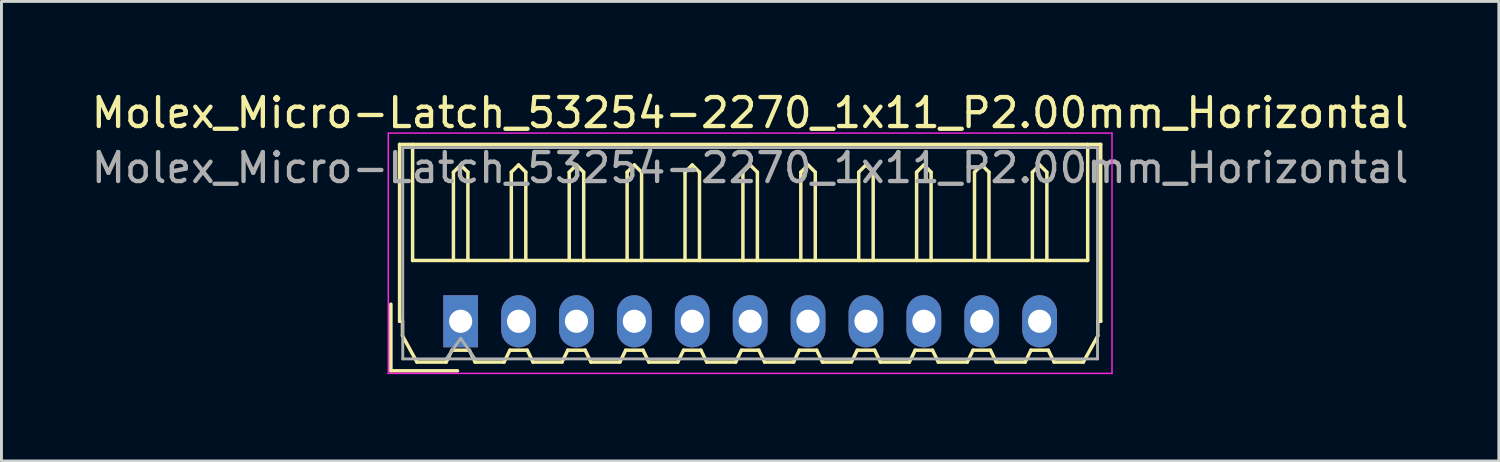
<source format=kicad_pcb>
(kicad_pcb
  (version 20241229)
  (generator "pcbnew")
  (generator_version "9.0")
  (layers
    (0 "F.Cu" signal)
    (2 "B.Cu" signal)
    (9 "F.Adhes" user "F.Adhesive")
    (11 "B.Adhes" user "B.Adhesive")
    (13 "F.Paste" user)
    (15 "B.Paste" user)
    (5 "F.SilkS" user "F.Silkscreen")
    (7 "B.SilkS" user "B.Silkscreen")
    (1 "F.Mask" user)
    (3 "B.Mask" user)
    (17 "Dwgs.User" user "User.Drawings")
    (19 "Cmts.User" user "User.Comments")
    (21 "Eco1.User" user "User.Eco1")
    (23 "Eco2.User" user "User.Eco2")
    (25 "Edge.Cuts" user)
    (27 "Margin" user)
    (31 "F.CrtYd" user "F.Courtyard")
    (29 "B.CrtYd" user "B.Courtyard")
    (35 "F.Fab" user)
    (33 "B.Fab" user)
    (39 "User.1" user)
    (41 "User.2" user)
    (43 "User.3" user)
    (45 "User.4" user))
  (footprint "Molex_Micro-Latch_53254-2270_1x11_P2.00mm_Horizontal"
    (layer "F.Cu")
    (at 12.863 8.048)
    (property "Reference" "Molex_Micro-Latch_53254-2270_1x11_P2.00mm_Horizontal" (at 10 -7.2 0) (layer "F.SilkS") (effects (font (size 1 1) (thickness 0.15))))
    (attr through_hole)
    (fp_line (start -2.41 1.71) (end -2.41 -0.59) (stroke (width 0.12) (type solid)) (layer "F.SilkS"))
    (fp_line (start -2.11 -6.11) (end 10 -6.11) (stroke (width 0.12) (type solid)) (layer "F.SilkS"))
    (fp_line (start -2.11 0) (end -2.11 -6.11) (stroke (width 0.12) (type solid)) (layer "F.SilkS"))
    (fp_line (start -2.01 0) (end -2.11 0) (stroke (width 0.12) (type solid)) (layer "F.SilkS"))
    (fp_line (start -2.01 0.5) (end -2.01 0) (stroke (width 0.12) (type solid)) (layer "F.SilkS"))
    (fp_line (start -1.66 -6.11) (end -1.66 -2.1) (stroke (width 0.12) (type solid)) (layer "F.SilkS"))
    (fp_line (start -1.66 -2.1) (end 21.66 -2.1) (stroke (width 0.12) (type solid)) (layer "F.SilkS"))
    (fp_line (start -1.51 1.41) (end -2.01 0.5) (stroke (width 0.12) (type solid)) (layer "F.SilkS"))
    (fp_line (start -0.5 1.41) (end -1.51 1.41) (stroke (width 0.12) (type solid)) (layer "F.SilkS"))
    (fp_line (start -0.3 1) (end -0.5 1.41) (stroke (width 0.12) (type solid)) (layer "F.SilkS"))
    (fp_line (start -0.3 1) (end 0.3 1) (stroke (width 0.12) (type solid)) (layer "F.SilkS"))
    (fp_line (start -0.25 -5.15) (end 0 -5.4) (stroke (width 0.12) (type solid)) (layer "F.SilkS"))
    (fp_line (start -0.25 -2.1) (end -0.25 -5.15) (stroke (width 0.12) (type solid)) (layer "F.SilkS"))
    (fp_line (start -0.11 1.71) (end -2.41 1.71) (stroke (width 0.12) (type solid)) (layer "F.SilkS"))
    (fp_line (start 0 -5.4) (end 0.25 -5.15) (stroke (width 0.12) (type solid)) (layer "F.SilkS"))
    (fp_line (start 0.25 -5.15) (end 0.25 -2.1) (stroke (width 0.12) (type solid)) (layer "F.SilkS"))
    (fp_line (start 0.3 1) (end 0.5 1.41) (stroke (width 0.12) (type solid)) (layer "F.SilkS"))
    (fp_line (start 0.5 1.41) (end 1.5 1.41) (stroke (width 0.12) (type solid)) (layer "F.SilkS"))
    (fp_line (start 1.5 1.41) (end 1.7 1) (stroke (width 0.12) (type solid)) (layer "F.SilkS"))
    (fp_line (start 1.7 1) (end 2.3 1) (stroke (width 0.12) (type solid)) (layer "F.SilkS"))
    (fp_line (start 1.75 -5.15) (end 2 -5.4) (stroke (width 0.12) (type solid)) (layer "F.SilkS"))
    (fp_line (start 1.75 -2.1) (end 1.75 -5.15) (stroke (width 0.12) (type solid)) (layer "F.SilkS"))
    (fp_line (start 2 -5.4) (end 2.25 -5.15) (stroke (width 0.12) (type solid)) (layer "F.SilkS"))
    (fp_line (start 2.25 -5.15) (end 2.25 -2.1) (stroke (width 0.12) (type solid)) (layer "F.SilkS"))
    (fp_line (start 2.3 1) (end 2.5 1.41) (stroke (width 0.12) (type solid)) (layer "F.SilkS"))
    (fp_line (start 2.5 1.41) (end 3.5 1.41) (stroke (width 0.12) (type solid)) (layer "F.SilkS"))
    (fp_line (start 3.5 1.41) (end 3.7 1) (stroke (width 0.12) (type solid)) (layer "F.SilkS"))
    (fp_line (start 3.7 1) (end 4.3 1) (stroke (width 0.12) (type solid)) (layer "F.SilkS"))
    (fp_line (start 3.75 -5.15) (end 4 -5.4) (stroke (width 0.12) (type solid)) (layer "F.SilkS"))
    (fp_line (start 3.75 -2.1) (end 3.75 -5.15) (stroke (width 0.12) (type solid)) (layer "F.SilkS"))
    (fp_line (start 4 -5.4) (end 4.25 -5.15) (stroke (width 0.12) (type solid)) (layer "F.SilkS"))
    (fp_line (start 4.25 -5.15) (end 4.25 -2.1) (stroke (width 0.12) (type solid)) (layer "F.SilkS"))
    (fp_line (start 4.3 1) (end 4.5 1.41) (stroke (width 0.12) (type solid)) (layer "F.SilkS"))
    (fp_line (start 4.5 1.41) (end 5.5 1.41) (stroke (width 0.12) (type solid)) (layer "F.SilkS"))
    (fp_line (start 5.5 1.41) (end 5.7 1) (stroke (width 0.12) (type solid)) (layer "F.SilkS"))
    (fp_line (start 5.7 1) (end 6.3 1) (stroke (width 0.12) (type solid)) (layer "F.SilkS"))
    (fp_line (start 5.75 -5.15) (end 6 -5.4) (stroke (width 0.12) (type solid)) (layer "F.SilkS"))
    (fp_line (start 5.75 -2.1) (end 5.75 -5.15) (stroke (width 0.12) (type solid)) (layer "F.SilkS"))
    (fp_line (start 6 -5.4) (end 6.25 -5.15) (stroke (width 0.12) (type solid)) (layer "F.SilkS"))
    (fp_line (start 6.25 -5.15) (end 6.25 -2.1) (stroke (width 0.12) (type solid)) (layer "F.SilkS"))
    (fp_line (start 6.3 1) (end 6.5 1.41) (stroke (width 0.12) (type solid)) (layer "F.SilkS"))
    (fp_line (start 6.5 1.41) (end 7.5 1.41) (stroke (width 0.12) (type solid)) (layer "F.SilkS"))
    (fp_line (start 7.5 1.41) (end 7.7 1) (stroke (width 0.12) (type solid)) (layer "F.SilkS"))
    (fp_line (start 7.7 1) (end 8.3 1) (stroke (width 0.12) (type solid)) (layer "F.SilkS"))
    (fp_line (start 7.75 -5.15) (end 8 -5.4) (stroke (width 0.12) (type solid)) (layer "F.SilkS"))
    (fp_line (start 7.75 -2.1) (end 7.75 -5.15) (stroke (width 0.12) (type solid)) (layer "F.SilkS"))
    (fp_line (start 8 -5.4) (end 8.25 -5.15) (stroke (width 0.12) (type solid)) (layer "F.SilkS"))
    (fp_line (start 8.25 -5.15) (end 8.25 -2.1) (stroke (width 0.12) (type solid)) (layer "F.SilkS"))
    (fp_line (start 8.3 1) (end 8.5 1.41) (stroke (width 0.12) (type solid)) (layer "F.SilkS"))
    (fp_line (start 8.5 1.41) (end 9.5 1.41) (stroke (width 0.12) (type solid)) (layer "F.SilkS"))
    (fp_line (start 9.5 1.41) (end 9.7 1) (stroke (width 0.12) (type solid)) (layer "F.SilkS"))
    (fp_line (start 9.7 1) (end 10.3 1) (stroke (width 0.12) (type solid)) (layer "F.SilkS"))
    (fp_line (start 9.75 -5.15) (end 10 -5.4) (stroke (width 0.12) (type solid)) (layer "F.SilkS"))
    (fp_line (start 9.75 -2.1) (end 9.75 -5.15) (stroke (width 0.12) (type solid)) (layer "F.SilkS"))
    (fp_line (start 10 -5.4) (end 10.25 -5.15) (stroke (width 0.12) (type solid)) (layer "F.SilkS"))
    (fp_line (start 10.25 -5.15) (end 10.25 -2.1) (stroke (width 0.12) (type solid)) (layer "F.SilkS"))
    (fp_line (start 10.3 1) (end 10.5 1.41) (stroke (width 0.12) (type solid)) (layer "F.SilkS"))
    (fp_line (start 10.5 1.41) (end 11.5 1.41) (stroke (width 0.12) (type solid)) (layer "F.SilkS"))
    (fp_line (start 11.5 1.41) (end 11.7 1) (stroke (width 0.12) (type solid)) (layer "F.SilkS"))
    (fp_line (start 11.7 1) (end 12.3 1) (stroke (width 0.12) (type solid)) (layer "F.SilkS"))
    (fp_line (start 11.75 -5.15) (end 12 -5.4) (stroke (width 0.12) (type solid)) (layer "F.SilkS"))
    (fp_line (start 11.75 -2.1) (end 11.75 -5.15) (stroke (width 0.12) (type solid)) (layer "F.SilkS"))
    (fp_line (start 12 -5.4) (end 12.25 -5.15) (stroke (width 0.12) (type solid)) (layer "F.SilkS"))
    (fp_line (start 12.25 -5.15) (end 12.25 -2.1) (stroke (width 0.12) (type solid)) (layer "F.SilkS"))
    (fp_line (start 12.3 1) (end 12.5 1.41) (stroke (width 0.12) (type solid)) (layer "F.SilkS"))
    (fp_line (start 12.5 1.41) (end 13.5 1.41) (stroke (width 0.12) (type solid)) (layer "F.SilkS"))
    (fp_line (start 13.5 1.41) (end 13.7 1) (stroke (width 0.12) (type solid)) (layer "F.SilkS"))
    (fp_line (start 13.7 1) (end 14.3 1) (stroke (width 0.12) (type solid)) (layer "F.SilkS"))
    (fp_line (start 13.75 -5.15) (end 14 -5.4) (stroke (width 0.12) (type solid)) (layer "F.SilkS"))
    (fp_line (start 13.75 -2.1) (end 13.75 -5.15) (stroke (width 0.12) (type solid)) (layer "F.SilkS"))
    (fp_line (start 14 -5.4) (end 14.25 -5.15) (stroke (width 0.12) (type solid)) (layer "F.SilkS"))
    (fp_line (start 14.25 -5.15) (end 14.25 -2.1) (stroke (width 0.12) (type solid)) (layer "F.SilkS"))
    (fp_line (start 14.3 1) (end 14.5 1.41) (stroke (width 0.12) (type solid)) (layer "F.SilkS"))
    (fp_line (start 14.5 1.41) (end 15.5 1.41) (stroke (width 0.12) (type solid)) (layer "F.SilkS"))
    (fp_line (start 15.5 1.41) (end 15.7 1) (stroke (width 0.12) (type solid)) (layer "F.SilkS"))
    (fp_line (start 15.7 1) (end 16.3 1) (stroke (width 0.12) (type solid)) (layer "F.SilkS"))
    (fp_line (start 15.75 -5.15) (end 16 -5.4) (stroke (width 0.12) (type solid)) (layer "F.SilkS"))
    (fp_line (start 15.75 -2.1) (end 15.75 -5.15) (stroke (width 0.12) (type solid)) (layer "F.SilkS"))
    (fp_line (start 16 -5.4) (end 16.25 -5.15) (stroke (width 0.12) (type solid)) (layer "F.SilkS"))
    (fp_line (start 16.25 -5.15) (end 16.25 -2.1) (stroke (width 0.12) (type solid)) (layer "F.SilkS"))
    (fp_line (start 16.3 1) (end 16.5 1.41) (stroke (width 0.12) (type solid)) (layer "F.SilkS"))
    (fp_line (start 16.5 1.41) (end 17.5 1.41) (stroke (width 0.12) (type solid)) (layer "F.SilkS"))
    (fp_line (start 17.5 1.41) (end 17.7 1) (stroke (width 0.12) (type solid)) (layer "F.SilkS"))
    (fp_line (start 17.7 1) (end 18.3 1) (stroke (width 0.12) (type solid)) (layer "F.SilkS"))
    (fp_line (start 17.75 -5.15) (end 18 -5.4) (stroke (width 0.12) (type solid)) (layer "F.SilkS"))
    (fp_line (start 17.75 -2.1) (end 17.75 -5.15) (stroke (width 0.12) (type solid)) (layer "F.SilkS"))
    (fp_line (start 18 -5.4) (end 18.25 -5.15) (stroke (width 0.12) (type solid)) (layer "F.SilkS"))
    (fp_line (start 18.25 -5.15) (end 18.25 -2.1) (stroke (width 0.12) (type solid)) (layer "F.SilkS"))
    (fp_line (start 18.3 1) (end 18.5 1.41) (stroke (width 0.12) (type solid)) (layer "F.SilkS"))
    (fp_line (start 18.5 1.41) (end 19.5 1.41) (stroke (width 0.12) (type solid)) (layer "F.SilkS"))
    (fp_line (start 19.5 1.41) (end 19.7 1) (stroke (width 0.12) (type solid)) (layer "F.SilkS"))
    (fp_line (start 19.7 1) (end 20.3 1) (stroke (width 0.12) (type solid)) (layer "F.SilkS"))
    (fp_line (start 19.75 -5.15) (end 20 -5.4) (stroke (width 0.12) (type solid)) (layer "F.SilkS"))
    (fp_line (start 19.75 -2.1) (end 19.75 -5.15) (stroke (width 0.12) (type solid)) (layer "F.SilkS"))
    (fp_line (start 20 -5.4) (end 20.25 -5.15) (stroke (width 0.12) (type solid)) (layer "F.SilkS"))
    (fp_line (start 20.25 -5.15) (end 20.25 -2.1) (stroke (width 0.12) (type solid)) (layer "F.SilkS"))
    (fp_line (start 20.3 1) (end 20.5 1.41) (stroke (width 0.12) (type solid)) (layer "F.SilkS"))
    (fp_line (start 20.5 1.41) (end 21.51 1.41) (stroke (width 0.12) (type solid)) (layer "F.SilkS"))
    (fp_line (start 21.51 1.41) (end 22.01 0.5) (stroke (width 0.12) (type solid)) (layer "F.SilkS"))
    (fp_line (start 21.66 -2.1) (end 21.66 -6.11) (stroke (width 0.12) (type solid)) (layer "F.SilkS"))
    (fp_line (start 22.01 0) (end 22.11 0) (stroke (width 0.12) (type solid)) (layer "F.SilkS"))
    (fp_line (start 22.01 0.5) (end 22.01 0) (stroke (width 0.12) (type solid)) (layer "F.SilkS"))
    (fp_line (start 22.11 -6.11) (end 10 -6.11) (stroke (width 0.12) (type solid)) (layer "F.SilkS"))
    (fp_line (start 22.11 0) (end 22.11 -6.11) (stroke (width 0.12) (type solid)) (layer "F.SilkS"))
    (fp_line (start -2.5 -6.5) (end -2.5 1.8) (stroke (width 0.05) (type solid)) (layer "F.CrtYd"))
    (fp_line (start -2.5 1.8) (end 22.5 1.8) (stroke (width 0.05) (type solid)) (layer "F.CrtYd"))
    (fp_line (start 22.5 -6.5) (end -2.5 -6.5) (stroke (width 0.05) (type solid)) (layer "F.CrtYd"))
    (fp_line (start 22.5 1.8) (end 22.5 -6.5) (stroke (width 0.05) (type solid)) (layer "F.CrtYd"))
    (fp_line (start -2 -6) (end -2 1.3) (stroke (width 0.1) (type solid)) (layer "F.Fab"))
    (fp_line (start -2 1.3) (end 22 1.3) (stroke (width 0.1) (type solid)) (layer "F.Fab"))
    (fp_line (start -0.5 1.3) (end 0 0.593) (stroke (width 0.1) (type solid)) (layer "F.Fab"))
    (fp_line (start 0 0.593) (end 0.5 1.3) (stroke (width 0.1) (type solid)) (layer "F.Fab"))
    (fp_line (start 22 -6) (end -2 -6) (stroke (width 0.1) (type solid)) (layer "F.Fab"))
    (fp_line (start 22 1.3) (end 22 -6) (stroke (width 0.1) (type solid)) (layer "F.Fab"))
    (fp_text user "${REFERENCE}" (at 10 -5.3 0) (layer "F.Fab") (effects (font (size 1 1) (thickness 0.15))))
    (pad "1" thru_hole rect (at 0 0) (size 1.2 1.8) (drill 0.8) (layers "*.Cu" "*.Mask"))
    (pad "2" thru_hole oval (at 2 0) (size 1.2 1.8) (drill 0.8) (layers "*.Cu" "*.Mask"))
    (pad "3" thru_hole oval (at 4 0) (size 1.2 1.8) (drill 0.8) (layers "*.Cu" "*.Mask"))
    (pad "4" thru_hole oval (at 6 0) (size 1.2 1.8) (drill 0.8) (layers "*.Cu" "*.Mask"))
    (pad "5" thru_hole oval (at 8 0) (size 1.2 1.8) (drill 0.8) (layers "*.Cu" "*.Mask"))
    (pad "6" thru_hole oval (at 10 0) (size 1.2 1.8) (drill 0.8) (layers "*.Cu" "*.Mask"))
    (pad "7" thru_hole oval (at 12 0) (size 1.2 1.8) (drill 0.8) (layers "*.Cu" "*.Mask"))
    (pad "8" thru_hole oval (at 14 0) (size 1.2 1.8) (drill 0.8) (layers "*.Cu" "*.Mask"))
    (pad "9" thru_hole oval (at 16 0) (size 1.2 1.8) (drill 0.8) (layers "*.Cu" "*.Mask"))
    (pad "10" thru_hole oval (at 18 0) (size 1.2 1.8) (drill 0.8) (layers "*.Cu" "*.Mask"))
    (pad "11" thru_hole oval (at 20 0) (size 1.2 1.8) (drill 0.8) (layers "*.Cu" "*.Mask")))
  (gr_rect
    (start -3 -3)
    (end 48.726 12.873)
    (stroke (width 0.1) (type default))
    (fill no)
    (layer "Edge.Cuts")))
</source>
